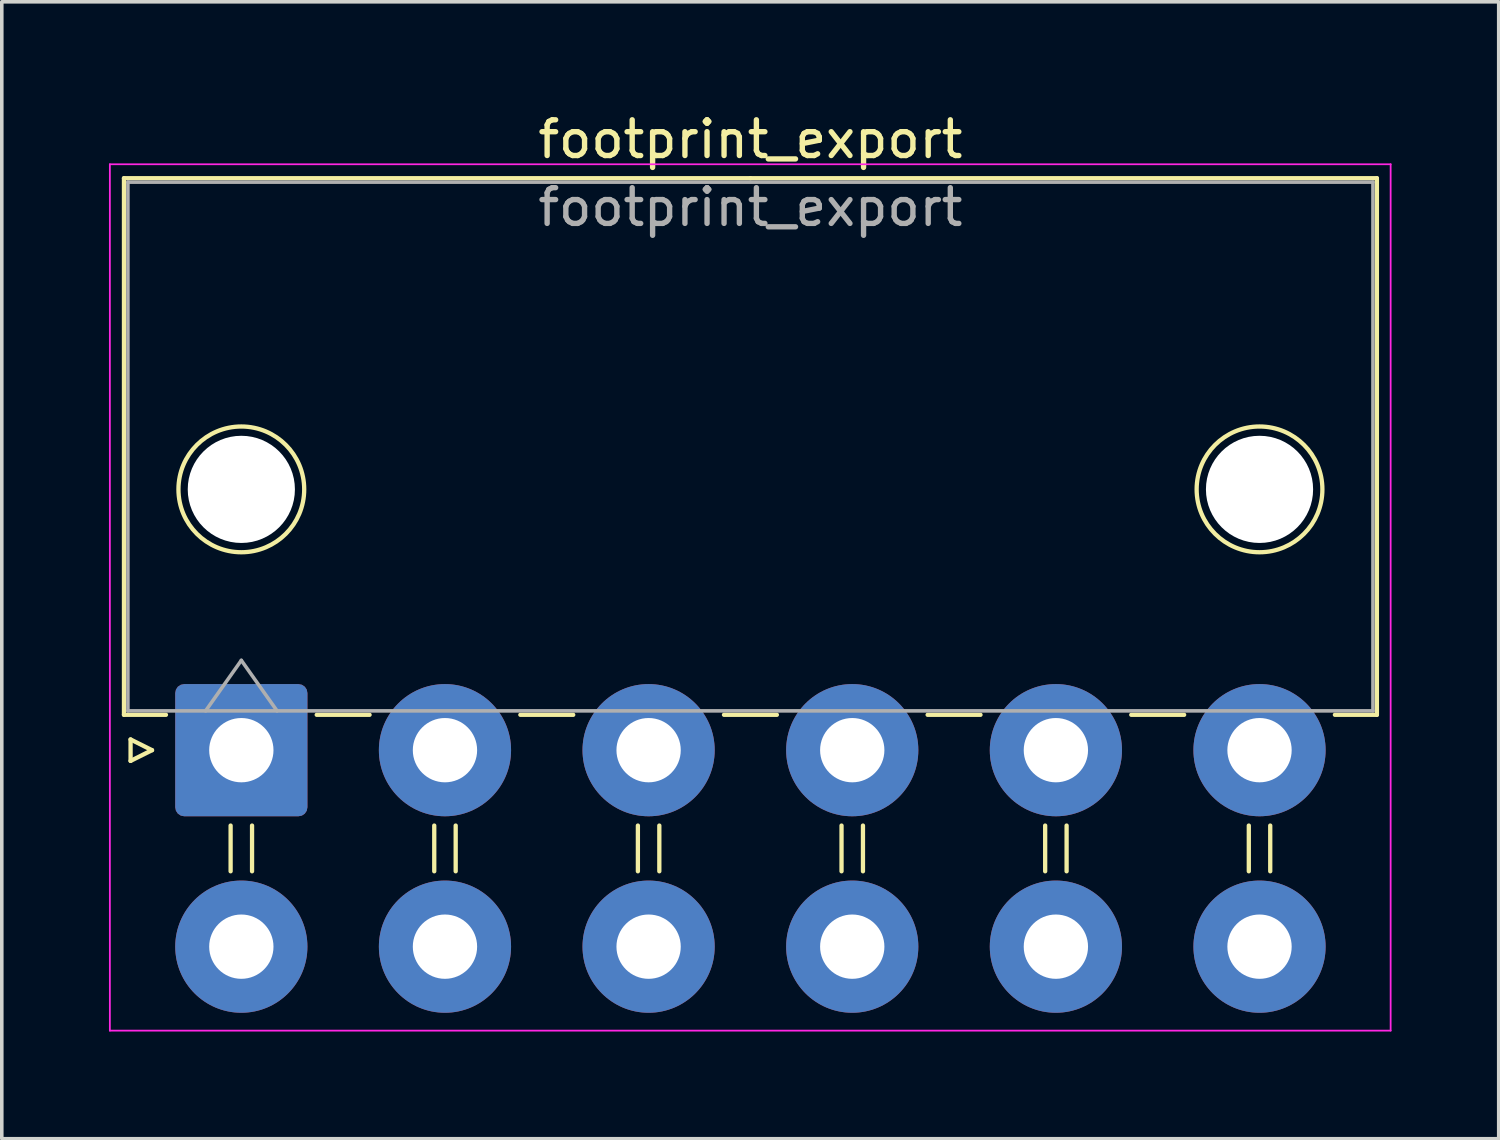
<source format=kicad_pcb>
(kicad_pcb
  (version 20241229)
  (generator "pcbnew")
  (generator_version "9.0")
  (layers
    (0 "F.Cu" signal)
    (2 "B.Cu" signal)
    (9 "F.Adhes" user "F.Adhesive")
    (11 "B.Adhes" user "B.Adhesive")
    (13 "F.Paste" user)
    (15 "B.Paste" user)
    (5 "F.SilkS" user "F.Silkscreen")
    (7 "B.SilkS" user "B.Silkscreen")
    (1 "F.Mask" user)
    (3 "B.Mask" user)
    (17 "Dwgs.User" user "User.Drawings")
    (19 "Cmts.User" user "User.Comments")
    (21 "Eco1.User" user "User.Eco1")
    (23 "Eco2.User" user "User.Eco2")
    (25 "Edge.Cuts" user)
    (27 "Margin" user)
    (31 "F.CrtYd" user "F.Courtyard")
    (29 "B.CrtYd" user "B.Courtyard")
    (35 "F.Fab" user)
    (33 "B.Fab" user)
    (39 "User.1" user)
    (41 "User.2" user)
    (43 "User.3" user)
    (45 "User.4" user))
  (footprint "footprint_export"
    (layer "F.Cu")
    (at 3.705 17.948)
    (property "Reference" "footprint_export" (at 14.25 -17.1 0) (layer "F.SilkS") (effects (font (size 1 1) (thickness 0.15))))
    (attr through_hole)
    (fp_line (start -3.285 -16.01) (end -3.285 -0.99) (stroke (width 0.12) (type solid)) (layer "F.SilkS"))
    (fp_line (start -3.285 -0.99) (end -2.11 -0.99) (stroke (width 0.12) (type solid)) (layer "F.SilkS"))
    (fp_line (start -3.1 -0.3) (end -2.5 0) (stroke (width 0.12) (type solid)) (layer "F.SilkS"))
    (fp_line (start -3.1 0.3) (end -3.1 -0.3) (stroke (width 0.12) (type solid)) (layer "F.SilkS"))
    (fp_line (start -2.5 0) (end -3.1 0.3) (stroke (width 0.12) (type solid)) (layer "F.SilkS"))
    (fp_line (start -0.3 2.11) (end -0.3 3.39) (stroke (width 0.12) (type solid)) (layer "F.SilkS"))
    (fp_line (start 0.3 2.11) (end 0.3 3.39) (stroke (width 0.12) (type solid)) (layer "F.SilkS"))
    (fp_line (start 2.11 -0.99) (end 3.59 -0.99) (stroke (width 0.12) (type solid)) (layer "F.SilkS"))
    (fp_line (start 5.4 2.11) (end 5.4 3.39) (stroke (width 0.12) (type solid)) (layer "F.SilkS"))
    (fp_line (start 6 2.11) (end 6 3.39) (stroke (width 0.12) (type solid)) (layer "F.SilkS"))
    (fp_line (start 7.81 -0.99) (end 9.29 -0.99) (stroke (width 0.12) (type solid)) (layer "F.SilkS"))
    (fp_line (start 11.1 2.11) (end 11.1 3.39) (stroke (width 0.12) (type solid)) (layer "F.SilkS"))
    (fp_line (start 11.7 2.11) (end 11.7 3.39) (stroke (width 0.12) (type solid)) (layer "F.SilkS"))
    (fp_line (start 13.51 -0.99) (end 14.99 -0.99) (stroke (width 0.12) (type solid)) (layer "F.SilkS"))
    (fp_line (start 14.25 -16.01) (end -3.285 -16.01) (stroke (width 0.12) (type solid)) (layer "F.SilkS"))
    (fp_line (start 14.25 -16.01) (end 31.785 -16.01) (stroke (width 0.12) (type solid)) (layer "F.SilkS"))
    (fp_line (start 16.8 2.11) (end 16.8 3.39) (stroke (width 0.12) (type solid)) (layer "F.SilkS"))
    (fp_line (start 17.4 2.11) (end 17.4 3.39) (stroke (width 0.12) (type solid)) (layer "F.SilkS"))
    (fp_line (start 19.21 -0.99) (end 20.69 -0.99) (stroke (width 0.12) (type solid)) (layer "F.SilkS"))
    (fp_line (start 22.5 2.11) (end 22.5 3.39) (stroke (width 0.12) (type solid)) (layer "F.SilkS"))
    (fp_line (start 23.1 2.11) (end 23.1 3.39) (stroke (width 0.12) (type solid)) (layer "F.SilkS"))
    (fp_line (start 24.91 -0.99) (end 26.39 -0.99) (stroke (width 0.12) (type solid)) (layer "F.SilkS"))
    (fp_line (start 28.2 2.11) (end 28.2 3.39) (stroke (width 0.12) (type solid)) (layer "F.SilkS"))
    (fp_line (start 28.8 2.11) (end 28.8 3.39) (stroke (width 0.12) (type solid)) (layer "F.SilkS"))
    (fp_line (start 31.785 -16.01) (end 31.785 -0.99) (stroke (width 0.12) (type solid)) (layer "F.SilkS"))
    (fp_line (start 31.785 -0.99) (end 30.61 -0.99) (stroke (width 0.12) (type solid)) (layer "F.SilkS"))
    (fp_circle (center 0 -7.3) (end 1.76 -7.3) (stroke (width 0.12) (type solid)) (fill no) (layer "F.SilkS"))
    (fp_circle (center 28.5 -7.3) (end 30.26 -7.3) (stroke (width 0.12) (type solid)) (fill no) (layer "F.SilkS"))
    (fp_line (start -3.68 -16.4) (end -3.68 7.85) (stroke (width 0.05) (type solid)) (layer "F.CrtYd"))
    (fp_line (start -3.68 7.85) (end 32.17 7.85) (stroke (width 0.05) (type solid)) (layer "F.CrtYd"))
    (fp_line (start 32.17 -16.4) (end -3.68 -16.4) (stroke (width 0.05) (type solid)) (layer "F.CrtYd"))
    (fp_line (start 32.17 7.85) (end 32.17 -16.4) (stroke (width 0.05) (type solid)) (layer "F.CrtYd"))
    (fp_line (start -3.175 -15.9) (end -3.175 -1.1) (stroke (width 0.1) (type solid)) (layer "F.Fab"))
    (fp_line (start -3.175 -1.1) (end 31.675 -1.1) (stroke (width 0.1) (type solid)) (layer "F.Fab"))
    (fp_line (start -1 -1.1) (end 0 -2.514) (stroke (width 0.1) (type solid)) (layer "F.Fab"))
    (fp_line (start 0 -2.514) (end 1 -1.1) (stroke (width 0.1) (type solid)) (layer "F.Fab"))
    (fp_line (start 31.675 -15.9) (end -3.175 -15.9) (stroke (width 0.1) (type solid)) (layer "F.Fab"))
    (fp_line (start 31.675 -1.1) (end 31.675 -15.9) (stroke (width 0.1) (type solid)) (layer "F.Fab"))
    (fp_text user "${REFERENCE}" (at 14.25 -15.2 0) (layer "F.Fab") (effects (font (size 1 1) (thickness 0.15))))
    (pad "" np_thru_hole circle (at 0 -7.3) (size 3 3) (drill 3) (layers "*.Cu" "*.Mask"))
    (pad "" np_thru_hole circle (at 28.5 -7.3) (size 3 3) (drill 3) (layers "*.Cu" "*.Mask"))
    (pad "1" thru_hole roundrect (at 0 0) (size 3.7 3.7) (drill 1.8) (layers "*.Cu" "*.Mask") (roundrect_rratio 0.068))
    (pad "2" thru_hole circle (at 5.7 0) (size 3.7 3.7) (drill 1.8) (layers "*.Cu" "*.Mask"))
    (pad "3" thru_hole circle (at 11.4 0) (size 3.7 3.7) (drill 1.8) (layers "*.Cu" "*.Mask"))
    (pad "4" thru_hole circle (at 17.1 0) (size 3.7 3.7) (drill 1.8) (layers "*.Cu" "*.Mask"))
    (pad "5" thru_hole circle (at 22.8 0) (size 3.7 3.7) (drill 1.8) (layers "*.Cu" "*.Mask"))
    (pad "6" thru_hole circle (at 28.5 0) (size 3.7 3.7) (drill 1.8) (layers "*.Cu" "*.Mask"))
    (pad "7" thru_hole circle (at 0 5.5) (size 3.7 3.7) (drill 1.8) (layers "*.Cu" "*.Mask"))
    (pad "8" thru_hole circle (at 5.7 5.5) (size 3.7 3.7) (drill 1.8) (layers "*.Cu" "*.Mask"))
    (pad "9" thru_hole circle (at 11.4 5.5) (size 3.7 3.7) (drill 1.8) (layers "*.Cu" "*.Mask"))
    (pad "10" thru_hole circle (at 17.1 5.5) (size 3.7 3.7) (drill 1.8) (layers "*.Cu" "*.Mask"))
    (pad "11" thru_hole circle (at 22.8 5.5) (size 3.7 3.7) (drill 1.8) (layers "*.Cu" "*.Mask"))
    (pad "12" thru_hole circle (at 28.5 5.5) (size 3.7 3.7) (drill 1.8) (layers "*.Cu" "*.Mask")))
  (gr_rect
    (start -3 -3)
    (end 38.9 28.823)
    (stroke (width 0.1) (type default))
    (fill no)
    (layer "Edge.Cuts")))
</source>
